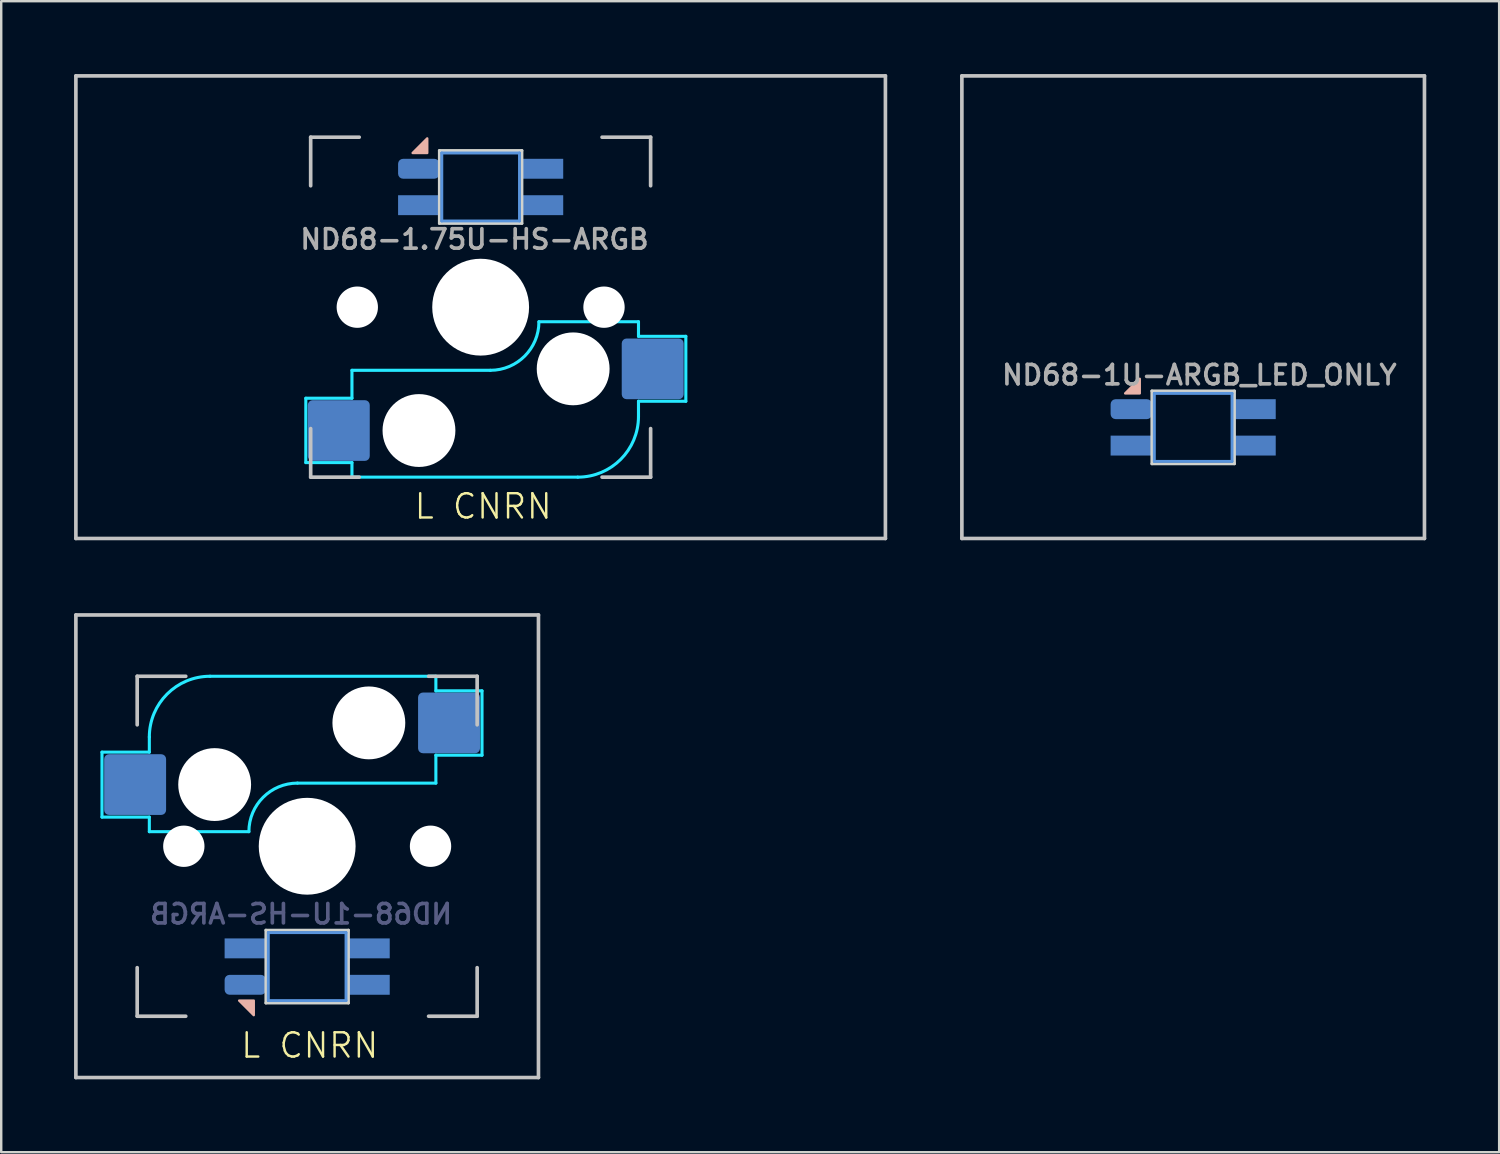
<source format=kicad_pcb>
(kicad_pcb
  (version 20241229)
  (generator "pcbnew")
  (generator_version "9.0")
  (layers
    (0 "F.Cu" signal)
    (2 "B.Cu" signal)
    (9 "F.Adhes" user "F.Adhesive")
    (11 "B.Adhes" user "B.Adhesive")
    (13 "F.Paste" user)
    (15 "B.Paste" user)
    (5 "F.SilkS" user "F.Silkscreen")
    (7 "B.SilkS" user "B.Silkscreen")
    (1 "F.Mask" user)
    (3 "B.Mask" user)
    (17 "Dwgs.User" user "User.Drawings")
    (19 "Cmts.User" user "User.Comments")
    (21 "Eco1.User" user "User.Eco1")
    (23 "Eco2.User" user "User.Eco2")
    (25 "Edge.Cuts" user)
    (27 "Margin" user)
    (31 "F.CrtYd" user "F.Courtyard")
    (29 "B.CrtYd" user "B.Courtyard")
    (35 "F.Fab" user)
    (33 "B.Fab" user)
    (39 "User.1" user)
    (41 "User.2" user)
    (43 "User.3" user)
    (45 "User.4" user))
  (footprint "ND68-1U-ARGB_LED_ONLY"
    (layer "F.Cu")
    (at 46.087 9.6)
    (property "Reference" "ND68-1U-ARGB_LED_ONLY" (at 0.254 2.794 0) (layer "F.Fab") (effects (font (size 0.8 0.8) (thickness 0.15))))
    (attr smd)
    (fp_poly (pts (xy -2.8 3.55) (xy -2.2 3.55) (xy -2.2 2.95)) (stroke (width 0.1) (type solid)) (fill yes) (layer "B.SilkS"))
    (fp_line (start -9.525 9.525) (end -9.525 -9.525) (stroke (width 0.15) (type solid)) (layer "Dwgs.User"))
    (fp_line (start 9.525 -9.525) (end -9.525 -9.525) (stroke (width 0.15) (type solid)) (layer "Dwgs.User"))
    (fp_line (start 9.525 9.525) (end -9.525 9.525) (stroke (width 0.15) (type solid)) (layer "Dwgs.User"))
    (fp_line (start 9.525 9.525) (end 9.525 -9.525) (stroke (width 0.15) (type solid)) (layer "Dwgs.User"))
    (fp_line (start -1.6 3.55) (end -1.6 6.35) (stroke (width 0.12) (type solid)) (layer "Cmts.User"))
    (fp_line (start -1.6 6.35) (end 1.6 6.35) (stroke (width 0.12) (type solid)) (layer "Cmts.User"))
    (fp_line (start 1.6 3.55) (end -1.6 3.55) (stroke (width 0.12) (type solid)) (layer "Cmts.User"))
    (fp_line (start 1.6 6.35) (end 1.6 3.55) (stroke (width 0.12) (type solid)) (layer "Cmts.User"))
    (fp_line (start -1.7 3.45) (end -1.7 6.45) (stroke (width 0.12) (type solid)) (layer "Edge.Cuts"))
    (fp_line (start -1.7 6.45) (end 1.7 6.45) (stroke (width 0.12) (type solid)) (layer "Edge.Cuts"))
    (fp_line (start 1.7 3.45) (end -1.7 3.45) (stroke (width 0.12) (type solid)) (layer "Edge.Cuts"))
    (fp_line (start 1.7 6.45) (end 1.7 3.45) (stroke (width 0.12) (type solid)) (layer "Edge.Cuts"))
    (pad "1" smd rect (at 2.55 5.7) (size 1.7 0.82) (layers "B.Cu" "B.Mask" "B.Paste"))
    (pad "2" smd rect (at 2.55 4.2) (size 1.7 0.82) (layers "B.Cu" "B.Mask" "B.Paste"))
    (pad "3" smd roundrect (at -2.55 4.2) (size 1.7 0.82) (layers "B.Cu" "B.Mask" "B.Paste") (roundrect_rratio 0.25))
    (pad "4" smd rect (at -2.55 5.7) (size 1.7 0.82) (layers "B.Cu" "B.Mask" "B.Paste")))
  (footprint "ND68-1U-HS-ARGB"
    (layer "F.Cu")
    (at 9.6 31.8)
    (property "Reference" "ND68-1U-HS-ARGB" (at -0.254 2.794 180) (layer "B.Fab") (effects (font (size 0.8 0.8) (thickness 0.15)) (justify mirror)))
    (attr smd)
    (fp_poly (pts (xy -2.8 6.356) (xy -2.2 6.356) (xy -2.2 6.956)) (stroke (width 0.1) (type solid)) (fill yes) (layer "B.SilkS"))
    (fp_line (start -9.525 9.525) (end -9.525 -9.525) (stroke (width 0.15) (type solid)) (layer "Dwgs.User"))
    (fp_line (start -7 -7) (end -7 -5) (stroke (width 0.15) (type solid)) (layer "Dwgs.User"))
    (fp_line (start -7 5) (end -7 7) (stroke (width 0.15) (type solid)) (layer "Dwgs.User"))
    (fp_line (start -7 7) (end -5 7) (stroke (width 0.15) (type solid)) (layer "Dwgs.User"))
    (fp_line (start -5 -7) (end -7 -7) (stroke (width 0.15) (type solid)) (layer "Dwgs.User"))
    (fp_line (start 5 -7) (end 7 -7) (stroke (width 0.15) (type solid)) (layer "Dwgs.User"))
    (fp_line (start 5 7) (end 7 7) (stroke (width 0.15) (type solid)) (layer "Dwgs.User"))
    (fp_line (start 7 -7) (end 7 -5) (stroke (width 0.15) (type solid)) (layer "Dwgs.User"))
    (fp_line (start 7 7) (end 7 5) (stroke (width 0.15) (type solid)) (layer "Dwgs.User"))
    (fp_line (start 9.525 -9.525) (end -9.525 -9.525) (stroke (width 0.15) (type solid)) (layer "Dwgs.User"))
    (fp_line (start 9.525 9.525) (end -9.525 9.525) (stroke (width 0.15) (type solid)) (layer "Dwgs.User"))
    (fp_line (start 9.525 9.525) (end 9.525 -9.525) (stroke (width 0.15) (type solid)) (layer "Dwgs.User"))
    (fp_line (start -1.6 3.556) (end 1.6 3.556) (stroke (width 0.12) (type solid)) (layer "Cmts.User"))
    (fp_line (start -1.6 6.356) (end -1.6 3.556) (stroke (width 0.12) (type solid)) (layer "Cmts.User"))
    (fp_line (start 1.6 3.556) (end 1.6 6.356) (stroke (width 0.12) (type solid)) (layer "Cmts.User"))
    (fp_line (start 1.6 6.356) (end -1.6 6.356) (stroke (width 0.12) (type solid)) (layer "Cmts.User"))
    (fp_line (start -1.7 3.456) (end 1.7 3.456) (stroke (width 0.12) (type solid)) (layer "Edge.Cuts"))
    (fp_line (start -1.7 6.456) (end -1.7 3.456) (stroke (width 0.12) (type solid)) (layer "Edge.Cuts"))
    (fp_line (start 1.7 3.456) (end 1.7 6.456) (stroke (width 0.12) (type solid)) (layer "Edge.Cuts"))
    (fp_line (start 1.7 6.456) (end -1.7 6.456) (stroke (width 0.12) (type solid)) (layer "Edge.Cuts"))
    (fp_line (start -8.45 -3.875) (end -8.45 -1.2) (stroke (width 0.127) (type solid)) (layer "B.CrtYd"))
    (fp_line (start -8.45 -1.2) (end -6.5 -1.2) (stroke (width 0.127) (type solid)) (layer "B.CrtYd"))
    (fp_line (start -6.5 -4.5) (end -6.5 -3.875) (stroke (width 0.127) (type solid)) (layer "B.CrtYd"))
    (fp_line (start -6.5 -3.875) (end -8.45 -3.875) (stroke (width 0.127) (type solid)) (layer "B.CrtYd"))
    (fp_line (start -6.5 -0.6) (end -6.5 -1.2) (stroke (width 0.127) (type solid)) (layer "B.CrtYd"))
    (fp_line (start -6.5 -0.6) (end -2.4 -0.6) (stroke (width 0.127) (type solid)) (layer "B.CrtYd"))
    (fp_line (start -0.4 -2.6) (end 5.3 -2.6) (stroke (width 0.127) (type solid)) (layer "B.CrtYd"))
    (fp_line (start 5.3 -7) (end -4 -7) (stroke (width 0.127) (type solid)) (layer "B.CrtYd"))
    (fp_line (start 5.3 -7) (end 5.3 -6.4) (stroke (width 0.127) (type solid)) (layer "B.CrtYd"))
    (fp_line (start 5.3 -6.4) (end 7.2 -6.4) (stroke (width 0.127) (type solid)) (layer "B.CrtYd"))
    (fp_line (start 5.3 -2.6) (end 5.3 -3.75) (stroke (width 0.127) (type solid)) (layer "B.CrtYd"))
    (fp_line (start 7.2 -6.4) (end 7.2 -3.75) (stroke (width 0.127) (type solid)) (layer "B.CrtYd"))
    (fp_line (start 7.2 -3.75) (end 5.3 -3.75) (stroke (width 0.127) (type solid)) (layer "B.CrtYd"))
    (fp_arc (start -6.5 -4.5) (mid -5.767767 -6.267767) (end -4 -7) (stroke (width 0.127) (type solid)) (layer "B.CrtYd"))
    (fp_arc (start -2.4 -0.6) (mid -1.814214 -2.014214) (end -0.4 -2.6) (stroke (width 0.127) (type solid)) (layer "B.CrtYd"))
    (fp_text user "L CNRN" (at -2.794 8.788 0) (unlocked yes) (layer "F.SilkS") (effects (font (size 1 1) (thickness 0.1)) (justify left bottom)))
    (pad "" np_thru_hole circle (at -5.08 0 48.099) (size 1.702 1.702) (drill 1.702) (layers "*.Cu" "*.Mask"))
    (pad "" np_thru_hole circle (at -3.81 -2.54) (size 3 3) (drill 3) (layers "*.Cu" "*.Mask"))
    (pad "" np_thru_hole circle (at 0 0) (size 3.988 3.988) (drill 3.988) (layers "*.Cu" "*.Mask"))
    (pad "" np_thru_hole circle (at 2.54 -5.08) (size 3 3) (drill 3) (layers "*.Cu" "*.Mask"))
    (pad "" np_thru_hole circle (at 5.08 0 48.099) (size 1.702 1.702) (drill 1.702) (layers "*.Cu" "*.Mask"))
    (pad "1" smd rect (at 2.55 4.206 180) (size 1.7 0.82) (layers "B.Cu" "B.Mask" "B.Paste"))
    (pad "2" smd rect (at 2.55 5.706 180) (size 1.7 0.82) (layers "B.Cu" "B.Mask" "B.Paste"))
    (pad "3" smd roundrect (at -2.55 5.706 180) (size 1.7 0.82) (layers "B.Cu" "B.Mask" "B.Paste") (roundrect_rratio 0.25))
    (pad "4" smd rect (at -2.55 4.206 180) (size 1.7 0.82) (layers "B.Cu" "B.Mask" "B.Paste"))
    (pad "5" smd roundrect (at -7.085 -2.54) (size 2.55 2.5) (layers "B.Cu" "B.Mask" "B.Paste") (roundrect_rratio 0.08))
    (pad "6" smd roundrect (at 5.842 -5.08) (size 2.55 2.5) (layers "B.Cu" "B.Mask" "B.Paste") (roundrect_rratio 0.08)))
  (footprint "ND68-1.75U-HS-ARGB"
    (layer "F.Cu")
    (at 16.744 9.6)
    (property "Reference" "ND68-1.75U-HS-ARGB" (at -0.254 -2.794 180) (layer "F.Fab") (effects (font (size 0.8 0.8) (thickness 0.15))))
    (attr smd)
    (fp_poly (pts (xy -2.8 -6.35) (xy -2.2 -6.35) (xy -2.2 -6.95)) (stroke (width 0.1) (type solid)) (fill yes) (layer "B.SilkS"))
    (fp_line (start -16.669 9.525) (end -16.669 -9.525) (stroke (width 0.15) (type solid)) (layer "Dwgs.User"))
    (fp_line (start -7 -7) (end -7 -5) (stroke (width 0.15) (type solid)) (layer "Dwgs.User"))
    (fp_line (start -7 7) (end -7 5) (stroke (width 0.15) (type solid)) (layer "Dwgs.User"))
    (fp_line (start -5 -7) (end -7 -7) (stroke (width 0.15) (type solid)) (layer "Dwgs.User"))
    (fp_line (start -5 7) (end -7 7) (stroke (width 0.15) (type solid)) (layer "Dwgs.User"))
    (fp_line (start 5 7) (end 7 7) (stroke (width 0.15) (type solid)) (layer "Dwgs.User"))
    (fp_line (start 7 -7) (end 5 -7) (stroke (width 0.15) (type solid)) (layer "Dwgs.User"))
    (fp_line (start 7 -5) (end 7 -7) (stroke (width 0.15) (type solid)) (layer "Dwgs.User"))
    (fp_line (start 7 7) (end 7 5) (stroke (width 0.15) (type solid)) (layer "Dwgs.User"))
    (fp_line (start 16.669 -9.525) (end -16.669 -9.525) (stroke (width 0.15) (type solid)) (layer "Dwgs.User"))
    (fp_line (start 16.669 9.525) (end -16.669 9.525) (stroke (width 0.15) (type solid)) (layer "Dwgs.User"))
    (fp_line (start 16.669 9.525) (end 16.669 -9.525) (stroke (width 0.15) (type solid)) (layer "Dwgs.User"))
    (fp_line (start -1.6 -6.35) (end -1.6 -3.55) (stroke (width 0.12) (type solid)) (layer "Cmts.User"))
    (fp_line (start -1.6 -3.55) (end 1.6 -3.55) (stroke (width 0.12) (type solid)) (layer "Cmts.User"))
    (fp_line (start 1.6 -6.35) (end -1.6 -6.35) (stroke (width 0.12) (type solid)) (layer "Cmts.User"))
    (fp_line (start 1.6 -3.55) (end 1.6 -6.35) (stroke (width 0.12) (type solid)) (layer "Cmts.User"))
    (fp_line (start -1.7 -6.45) (end -1.7 -3.45) (stroke (width 0.12) (type solid)) (layer "Edge.Cuts"))
    (fp_line (start -1.7 -3.45) (end 1.7 -3.45) (stroke (width 0.12) (type solid)) (layer "Edge.Cuts"))
    (fp_line (start 1.7 -6.45) (end -1.7 -6.45) (stroke (width 0.12) (type solid)) (layer "Edge.Cuts"))
    (fp_line (start 1.7 -3.45) (end 1.7 -6.45) (stroke (width 0.12) (type solid)) (layer "Edge.Cuts"))
    (fp_line (start -7.2 3.75) (end -5.3 3.75) (stroke (width 0.127) (type solid)) (layer "B.CrtYd"))
    (fp_line (start -7.2 6.4) (end -7.2 3.75) (stroke (width 0.127) (type solid)) (layer "B.CrtYd"))
    (fp_line (start -5.3 2.6) (end -5.3 3.75) (stroke (width 0.127) (type solid)) (layer "B.CrtYd"))
    (fp_line (start -5.3 6.4) (end -7.2 6.4) (stroke (width 0.127) (type solid)) (layer "B.CrtYd"))
    (fp_line (start -5.3 7) (end -5.3 6.4) (stroke (width 0.127) (type solid)) (layer "B.CrtYd"))
    (fp_line (start -5.3 7) (end 4 7) (stroke (width 0.127) (type solid)) (layer "B.CrtYd"))
    (fp_line (start 0.4 2.6) (end -5.3 2.6) (stroke (width 0.127) (type solid)) (layer "B.CrtYd"))
    (fp_line (start 6.5 0.6) (end 2.4 0.6) (stroke (width 0.127) (type solid)) (layer "B.CrtYd"))
    (fp_line (start 6.5 0.6) (end 6.5 1.2) (stroke (width 0.127) (type solid)) (layer "B.CrtYd"))
    (fp_line (start 6.5 3.875) (end 8.45 3.875) (stroke (width 0.127) (type solid)) (layer "B.CrtYd"))
    (fp_line (start 6.5 4.5) (end 6.5 3.875) (stroke (width 0.127) (type solid)) (layer "B.CrtYd"))
    (fp_line (start 8.45 1.2) (end 6.5 1.2) (stroke (width 0.127) (type solid)) (layer "B.CrtYd"))
    (fp_line (start 8.45 3.875) (end 8.45 1.2) (stroke (width 0.127) (type solid)) (layer "B.CrtYd"))
    (fp_arc (start 2.4 0.6) (mid 1.814214 2.014214) (end 0.4 2.6) (stroke (width 0.127) (type solid)) (layer "B.CrtYd"))
    (fp_arc (start 6.5 4.5) (mid 5.767767 6.267767) (end 4 7) (stroke (width 0.127) (type solid)) (layer "B.CrtYd"))
    (fp_text user "L CNRN" (at -2.794 8.788 0) (unlocked yes) (layer "F.SilkS") (effects (font (size 1 1) (thickness 0.1)) (justify left bottom)))
    (pad "" np_thru_hole circle (at -5.08 0 228.099) (size 1.702 1.702) (drill 1.702) (layers "*.Cu" "*.Mask"))
    (pad "" np_thru_hole circle (at -2.54 5.08 180) (size 3 3) (drill 3) (layers "*.Cu" "*.Mask"))
    (pad "" np_thru_hole circle (at 0 0 180) (size 3.988 3.988) (drill 3.988) (layers "*.Cu" "*.Mask"))
    (pad "" np_thru_hole circle (at 3.81 2.54 180) (size 3 3) (drill 3) (layers "*.Cu" "*.Mask"))
    (pad "" np_thru_hole circle (at 5.08 0 228.099) (size 1.702 1.702) (drill 1.702) (layers "*.Cu" "*.Mask"))
    (pad "1" smd rect (at 2.55 -4.2) (size 1.7 0.82) (layers "B.Cu" "B.Mask" "B.Paste"))
    (pad "2" smd rect (at 2.55 -5.7) (size 1.7 0.82) (layers "B.Cu" "B.Mask" "B.Paste"))
    (pad "3" smd roundrect (at -2.55 -5.7) (size 1.7 0.82) (layers "B.Cu" "B.Mask" "B.Paste") (roundrect_rratio 0.25))
    (pad "4" smd rect (at -2.55 -4.2) (size 1.7 0.82) (layers "B.Cu" "B.Mask" "B.Paste"))
    (pad "5" smd roundrect (at 7.085 2.54 180) (size 2.55 2.5) (layers "B.Cu" "B.Mask" "B.Paste") (roundrect_rratio 0.08))
    (pad "6" smd roundrect (at -5.842 5.08 180) (size 2.55 2.5) (layers "B.Cu" "B.Mask" "B.Paste") (roundrect_rratio 0.08)))
  (gr_rect
    (start -3 -3)
    (end 58.688 44.4)
    (stroke (width 0.1) (type default))
    (fill no)
    (layer "Edge.Cuts")))
</source>
